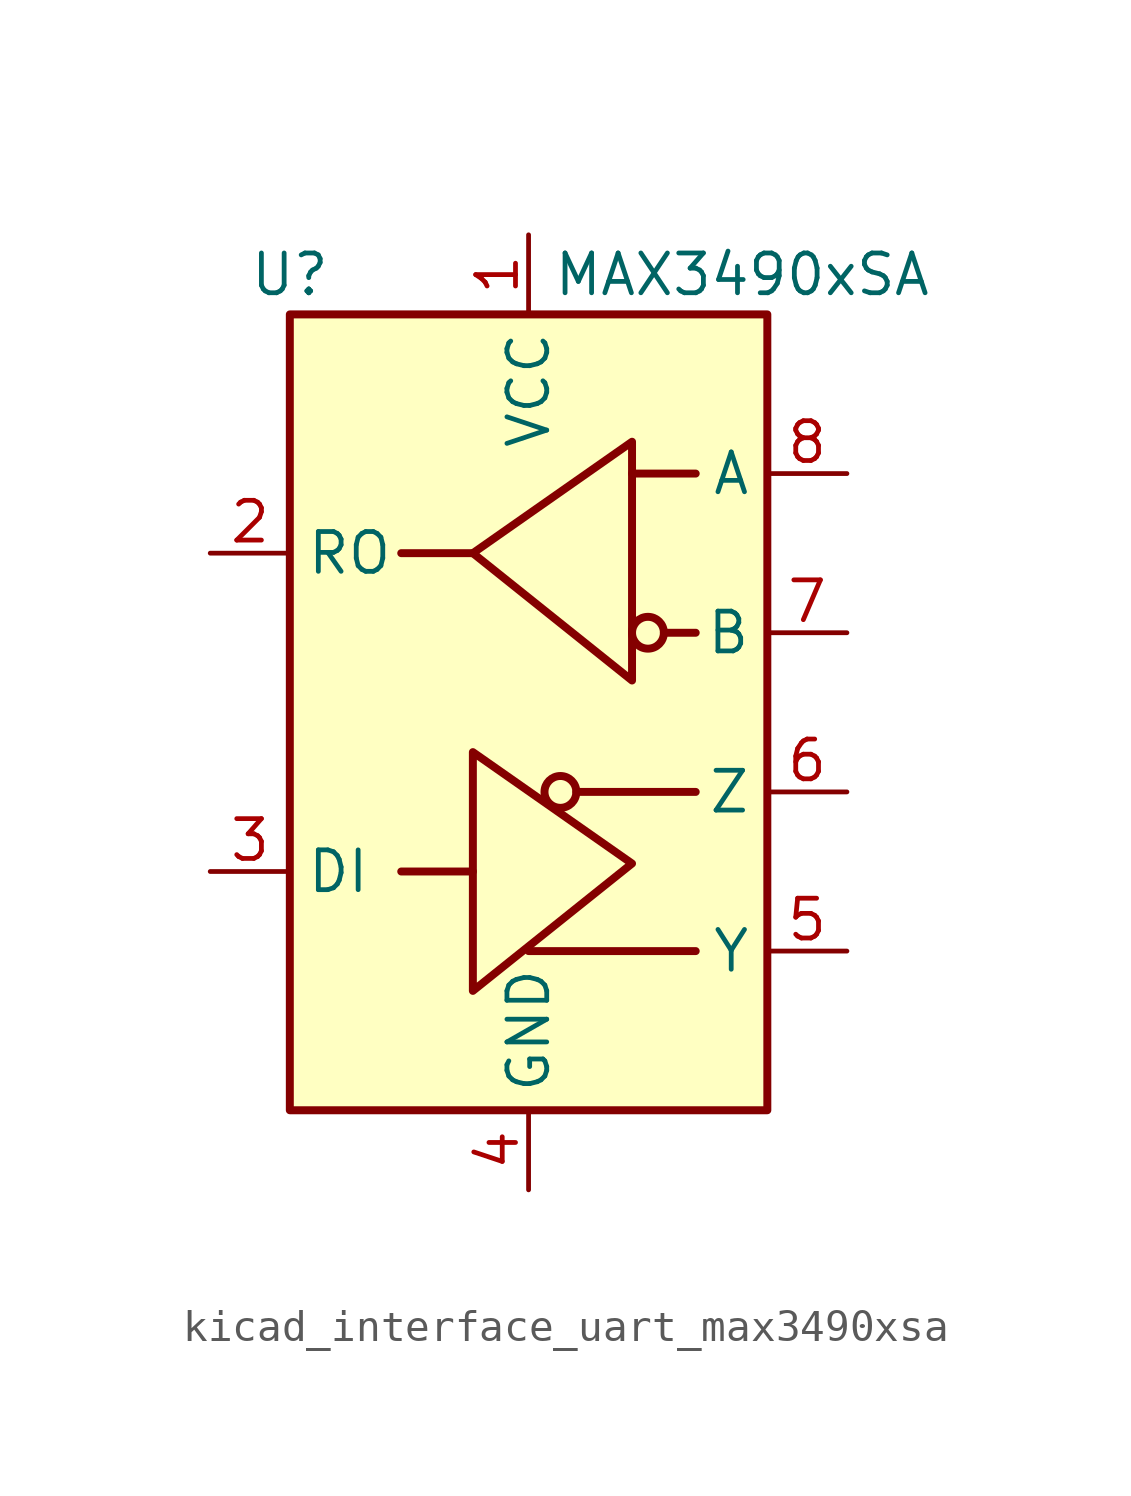
<source format=kicad_sym>
(kicad_symbol_lib
  (version 20220914)
  (generator kicad_symbol_editor)
  (symbol "kicad_interface_uart_max3490xsa"
    (property "Reference" "U"
      (at -7.62 13.97 0)
      (effects (font (size 1.27 1.27))))
    (property "Value" "MAX3490xSA"
      (at 0.762 13.97 0)
      (effects (font (size 1.27 1.27)) (justify left)))
    (symbol "kicad_interface_uart_max3490xsa_0_1"
      (rectangle (start -7.62 12.7) (end 7.62 -12.7) (stroke (width 0.254) (type default)) (fill (type background)))
      (polyline (pts (xy -1.778 -5.08) (xy -4.064 -5.08)) (stroke (width 0.254) (type default)) (fill (type none)))
      (polyline (pts (xy -1.778 5.08) (xy -4.064 5.08)) (stroke (width 0.254) (type default)) (fill (type none)))
      (polyline (pts (xy 0 -7.62) (xy 5.334 -7.62)) (stroke (width 0.254) (type default)) (fill (type none)))
      (polyline (pts (xy 1.524 -2.54) (xy 5.334 -2.54)) (stroke (width 0.254) (type default)) (fill (type none)))
      (polyline (pts (xy 3.302 7.62) (xy 5.334 7.62)) (stroke (width 0.254) (type default)) (fill (type none)))
      (polyline (pts (xy 4.318 2.54) (xy 5.334 2.54)) (stroke (width 0.254) (type default)) (fill (type none)))
      (polyline (pts (xy -1.778 -5.08) (xy -1.778 -1.27) (xy 3.302 -4.826) (xy -1.778 -8.89) (xy -1.778 -5.08)) (stroke (width 0.254) (type default)) (fill (type none)))
      (circle (center 1.016 -2.54) (radius 0.508) (stroke (width 0.254) (type default)) (fill (type none))))
    (symbol "kicad_interface_uart_max3490xsa_1_1"
      (polyline (pts (xy 3.302 4.826) (xy 3.302 8.636) (xy -1.778 5.08) (xy 3.302 1.016) (xy 3.302 4.826)) (stroke (width 0.254) (type default)) (fill (type none)))
      (circle (center 3.81 2.54) (radius 0.508) (stroke (width 0.254) (type default)) (fill (type none)))
      (pin power_in line (at 0 15.24 270) (length 2.54) (name "VCC" (effects (font (size 1.27 1.27)))) (number "1" (effects (font (size 1.27 1.27)))))
      (pin output line (at -10.16 5.08 0) (length 2.54) (name "RO" (effects (font (size 1.27 1.27)))) (number "2" (effects (font (size 1.27 1.27)))))
      (pin input line (at -10.16 -5.08 0) (length 2.54) (name "DI" (effects (font (size 1.27 1.27)))) (number "3" (effects (font (size 1.27 1.27)))))
      (pin power_in line (at 0 -15.24 90) (length 2.54) (name "GND" (effects (font (size 1.27 1.27)))) (number "4" (effects (font (size 1.27 1.27)))))
      (pin output line (at 10.16 -7.62 180) (length 2.54) (name "Y" (effects (font (size 1.27 1.27)))) (number "5" (effects (font (size 1.27 1.27)))))
      (pin output line (at 10.16 -2.54 180) (length 2.54) (name "Z" (effects (font (size 1.27 1.27)))) (number "6" (effects (font (size 1.27 1.27)))))
      (pin input line (at 10.16 2.54 180) (length 2.54) (name "B" (effects (font (size 1.27 1.27)))) (number "7" (effects (font (size 1.27 1.27)))))
      (pin input line (at 10.16 7.62 180) (length 2.54) (name "A" (effects (font (size 1.27 1.27)))) (number "8" (effects (font (size 1.27 1.27))))))))
</source>
